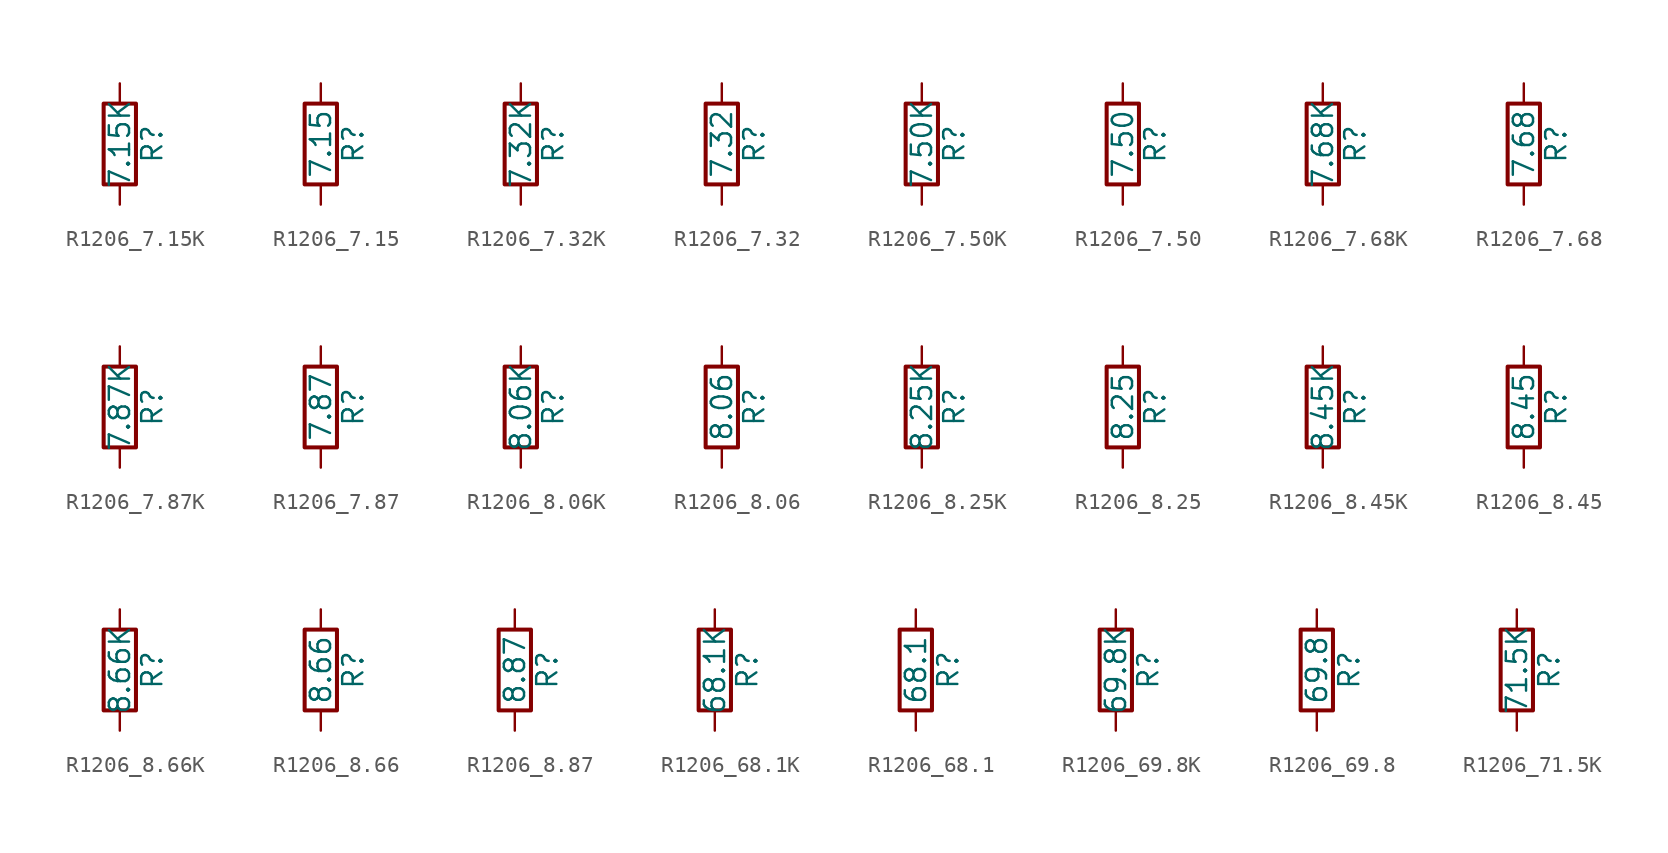
<source format=kicad_sym>
(kicad_symbol_lib
  (version 20211014)
  (generator atlantix-eda)
  (symbol "R1206_7.15K"
    (pin_numbers hide)
    (pin_names
      (offset 0))
    (property "Reference" "R"
      (at 2.032 0 90)
      (effects (font (size 1.27 1.27))))
    (property "Value" "7.15K"
      (at 0 0 90)
      (effects (font (size 1.27 1.27))))
    (symbol "R1206_7.15K_0_1"
      (rectangle (start -1.016 -2.54) (end 1.016 2.54) (stroke (width 0.254) (type default) (color 0 0 0 0)) (fill (type none))))
    (symbol "R1206_7.15K_1_1"
      (pin passive line (at 0 3.81 270) (length 1.27) (name "~" (effects (font (size 1.27 1.27)))) (number "1" (effects (font (size 1.27 1.27)))))
      (pin passive line (at 0 -3.81 90) (length 1.27) (name "~" (effects (font (size 1.27 1.27)))) (number "2" (effects (font (size 1.27 1.27)))))))
  (symbol "R1206_7.15"
    (pin_numbers hide)
    (pin_names
      (offset 0))
    (property "Reference" "R"
      (at 2.032 0 90)
      (effects (font (size 1.27 1.27))))
    (property "Value" "7.15"
      (at 0 0 90)
      (effects (font (size 1.27 1.27))))
    (symbol "R1206_7.15_0_1"
      (rectangle (start -1.016 -2.54) (end 1.016 2.54) (stroke (width 0.254) (type default) (color 0 0 0 0)) (fill (type none))))
    (symbol "R1206_7.15_1_1"
      (pin passive line (at 0 3.81 270) (length 1.27) (name "~" (effects (font (size 1.27 1.27)))) (number "1" (effects (font (size 1.27 1.27)))))
      (pin passive line (at 0 -3.81 90) (length 1.27) (name "~" (effects (font (size 1.27 1.27)))) (number "2" (effects (font (size 1.27 1.27)))))))
  (symbol "R1206_7.32K"
    (pin_numbers hide)
    (pin_names
      (offset 0))
    (property "Reference" "R"
      (at 2.032 0 90)
      (effects (font (size 1.27 1.27))))
    (property "Value" "7.32K"
      (at 0 0 90)
      (effects (font (size 1.27 1.27))))
    (symbol "R1206_7.32K_0_1"
      (rectangle (start -1.016 -2.54) (end 1.016 2.54) (stroke (width 0.254) (type default) (color 0 0 0 0)) (fill (type none))))
    (symbol "R1206_7.32K_1_1"
      (pin passive line (at 0 3.81 270) (length 1.27) (name "~" (effects (font (size 1.27 1.27)))) (number "1" (effects (font (size 1.27 1.27)))))
      (pin passive line (at 0 -3.81 90) (length 1.27) (name "~" (effects (font (size 1.27 1.27)))) (number "2" (effects (font (size 1.27 1.27)))))))
  (symbol "R1206_7.32"
    (pin_numbers hide)
    (pin_names
      (offset 0))
    (property "Reference" "R"
      (at 2.032 0 90)
      (effects (font (size 1.27 1.27))))
    (property "Value" "7.32"
      (at 0 0 90)
      (effects (font (size 1.27 1.27))))
    (symbol "R1206_7.32_0_1"
      (rectangle (start -1.016 -2.54) (end 1.016 2.54) (stroke (width 0.254) (type default) (color 0 0 0 0)) (fill (type none))))
    (symbol "R1206_7.32_1_1"
      (pin passive line (at 0 3.81 270) (length 1.27) (name "~" (effects (font (size 1.27 1.27)))) (number "1" (effects (font (size 1.27 1.27)))))
      (pin passive line (at 0 -3.81 90) (length 1.27) (name "~" (effects (font (size 1.27 1.27)))) (number "2" (effects (font (size 1.27 1.27)))))))
  (symbol "R1206_7.50K"
    (pin_numbers hide)
    (pin_names
      (offset 0))
    (property "Reference" "R"
      (at 2.032 0 90)
      (effects (font (size 1.27 1.27))))
    (property "Value" "7.50K"
      (at 0 0 90)
      (effects (font (size 1.27 1.27))))
    (symbol "R1206_7.50K_0_1"
      (rectangle (start -1.016 -2.54) (end 1.016 2.54) (stroke (width 0.254) (type default) (color 0 0 0 0)) (fill (type none))))
    (symbol "R1206_7.50K_1_1"
      (pin passive line (at 0 3.81 270) (length 1.27) (name "~" (effects (font (size 1.27 1.27)))) (number "1" (effects (font (size 1.27 1.27)))))
      (pin passive line (at 0 -3.81 90) (length 1.27) (name "~" (effects (font (size 1.27 1.27)))) (number "2" (effects (font (size 1.27 1.27)))))))
  (symbol "R1206_7.50"
    (pin_numbers hide)
    (pin_names
      (offset 0))
    (property "Reference" "R"
      (at 2.032 0 90)
      (effects (font (size 1.27 1.27))))
    (property "Value" "7.50"
      (at 0 0 90)
      (effects (font (size 1.27 1.27))))
    (symbol "R1206_7.50_0_1"
      (rectangle (start -1.016 -2.54) (end 1.016 2.54) (stroke (width 0.254) (type default) (color 0 0 0 0)) (fill (type none))))
    (symbol "R1206_7.50_1_1"
      (pin passive line (at 0 3.81 270) (length 1.27) (name "~" (effects (font (size 1.27 1.27)))) (number "1" (effects (font (size 1.27 1.27)))))
      (pin passive line (at 0 -3.81 90) (length 1.27) (name "~" (effects (font (size 1.27 1.27)))) (number "2" (effects (font (size 1.27 1.27)))))))
  (symbol "R1206_7.68K"
    (pin_numbers hide)
    (pin_names
      (offset 0))
    (property "Reference" "R"
      (at 2.032 0 90)
      (effects (font (size 1.27 1.27))))
    (property "Value" "7.68K"
      (at 0 0 90)
      (effects (font (size 1.27 1.27))))
    (symbol "R1206_7.68K_0_1"
      (rectangle (start -1.016 -2.54) (end 1.016 2.54) (stroke (width 0.254) (type default) (color 0 0 0 0)) (fill (type none))))
    (symbol "R1206_7.68K_1_1"
      (pin passive line (at 0 3.81 270) (length 1.27) (name "~" (effects (font (size 1.27 1.27)))) (number "1" (effects (font (size 1.27 1.27)))))
      (pin passive line (at 0 -3.81 90) (length 1.27) (name "~" (effects (font (size 1.27 1.27)))) (number "2" (effects (font (size 1.27 1.27)))))))
  (symbol "R1206_7.68"
    (pin_numbers hide)
    (pin_names
      (offset 0))
    (property "Reference" "R"
      (at 2.032 0 90)
      (effects (font (size 1.27 1.27))))
    (property "Value" "7.68"
      (at 0 0 90)
      (effects (font (size 1.27 1.27))))
    (symbol "R1206_7.68_0_1"
      (rectangle (start -1.016 -2.54) (end 1.016 2.54) (stroke (width 0.254) (type default) (color 0 0 0 0)) (fill (type none))))
    (symbol "R1206_7.68_1_1"
      (pin passive line (at 0 3.81 270) (length 1.27) (name "~" (effects (font (size 1.27 1.27)))) (number "1" (effects (font (size 1.27 1.27)))))
      (pin passive line (at 0 -3.81 90) (length 1.27) (name "~" (effects (font (size 1.27 1.27)))) (number "2" (effects (font (size 1.27 1.27)))))))
  (symbol "R1206_7.87K"
    (pin_numbers hide)
    (pin_names
      (offset 0))
    (property "Reference" "R"
      (at 2.032 0 90)
      (effects (font (size 1.27 1.27))))
    (property "Value" "7.87K"
      (at 0 0 90)
      (effects (font (size 1.27 1.27))))
    (symbol "R1206_7.87K_0_1"
      (rectangle (start -1.016 -2.54) (end 1.016 2.54) (stroke (width 0.254) (type default) (color 0 0 0 0)) (fill (type none))))
    (symbol "R1206_7.87K_1_1"
      (pin passive line (at 0 3.81 270) (length 1.27) (name "~" (effects (font (size 1.27 1.27)))) (number "1" (effects (font (size 1.27 1.27)))))
      (pin passive line (at 0 -3.81 90) (length 1.27) (name "~" (effects (font (size 1.27 1.27)))) (number "2" (effects (font (size 1.27 1.27)))))))
  (symbol "R1206_7.87"
    (pin_numbers hide)
    (pin_names
      (offset 0))
    (property "Reference" "R"
      (at 2.032 0 90)
      (effects (font (size 1.27 1.27))))
    (property "Value" "7.87"
      (at 0 0 90)
      (effects (font (size 1.27 1.27))))
    (symbol "R1206_7.87_0_1"
      (rectangle (start -1.016 -2.54) (end 1.016 2.54) (stroke (width 0.254) (type default) (color 0 0 0 0)) (fill (type none))))
    (symbol "R1206_7.87_1_1"
      (pin passive line (at 0 3.81 270) (length 1.27) (name "~" (effects (font (size 1.27 1.27)))) (number "1" (effects (font (size 1.27 1.27)))))
      (pin passive line (at 0 -3.81 90) (length 1.27) (name "~" (effects (font (size 1.27 1.27)))) (number "2" (effects (font (size 1.27 1.27)))))))
  (symbol "R1206_8.06K"
    (pin_numbers hide)
    (pin_names
      (offset 0))
    (property "Reference" "R"
      (at 2.032 0 90)
      (effects (font (size 1.27 1.27))))
    (property "Value" "8.06K"
      (at 0 0 90)
      (effects (font (size 1.27 1.27))))
    (symbol "R1206_8.06K_0_1"
      (rectangle (start -1.016 -2.54) (end 1.016 2.54) (stroke (width 0.254) (type default) (color 0 0 0 0)) (fill (type none))))
    (symbol "R1206_8.06K_1_1"
      (pin passive line (at 0 3.81 270) (length 1.27) (name "~" (effects (font (size 1.27 1.27)))) (number "1" (effects (font (size 1.27 1.27)))))
      (pin passive line (at 0 -3.81 90) (length 1.27) (name "~" (effects (font (size 1.27 1.27)))) (number "2" (effects (font (size 1.27 1.27)))))))
  (symbol "R1206_8.06"
    (pin_numbers hide)
    (pin_names
      (offset 0))
    (property "Reference" "R"
      (at 2.032 0 90)
      (effects (font (size 1.27 1.27))))
    (property "Value" "8.06"
      (at 0 0 90)
      (effects (font (size 1.27 1.27))))
    (symbol "R1206_8.06_0_1"
      (rectangle (start -1.016 -2.54) (end 1.016 2.54) (stroke (width 0.254) (type default) (color 0 0 0 0)) (fill (type none))))
    (symbol "R1206_8.06_1_1"
      (pin passive line (at 0 3.81 270) (length 1.27) (name "~" (effects (font (size 1.27 1.27)))) (number "1" (effects (font (size 1.27 1.27)))))
      (pin passive line (at 0 -3.81 90) (length 1.27) (name "~" (effects (font (size 1.27 1.27)))) (number "2" (effects (font (size 1.27 1.27)))))))
  (symbol "R1206_8.25K"
    (pin_numbers hide)
    (pin_names
      (offset 0))
    (property "Reference" "R"
      (at 2.032 0 90)
      (effects (font (size 1.27 1.27))))
    (property "Value" "8.25K"
      (at 0 0 90)
      (effects (font (size 1.27 1.27))))
    (symbol "R1206_8.25K_0_1"
      (rectangle (start -1.016 -2.54) (end 1.016 2.54) (stroke (width 0.254) (type default) (color 0 0 0 0)) (fill (type none))))
    (symbol "R1206_8.25K_1_1"
      (pin passive line (at 0 3.81 270) (length 1.27) (name "~" (effects (font (size 1.27 1.27)))) (number "1" (effects (font (size 1.27 1.27)))))
      (pin passive line (at 0 -3.81 90) (length 1.27) (name "~" (effects (font (size 1.27 1.27)))) (number "2" (effects (font (size 1.27 1.27)))))))
  (symbol "R1206_8.25"
    (pin_numbers hide)
    (pin_names
      (offset 0))
    (property "Reference" "R"
      (at 2.032 0 90)
      (effects (font (size 1.27 1.27))))
    (property "Value" "8.25"
      (at 0 0 90)
      (effects (font (size 1.27 1.27))))
    (symbol "R1206_8.25_0_1"
      (rectangle (start -1.016 -2.54) (end 1.016 2.54) (stroke (width 0.254) (type default) (color 0 0 0 0)) (fill (type none))))
    (symbol "R1206_8.25_1_1"
      (pin passive line (at 0 3.81 270) (length 1.27) (name "~" (effects (font (size 1.27 1.27)))) (number "1" (effects (font (size 1.27 1.27)))))
      (pin passive line (at 0 -3.81 90) (length 1.27) (name "~" (effects (font (size 1.27 1.27)))) (number "2" (effects (font (size 1.27 1.27)))))))
  (symbol "R1206_8.45K"
    (pin_numbers hide)
    (pin_names
      (offset 0))
    (property "Reference" "R"
      (at 2.032 0 90)
      (effects (font (size 1.27 1.27))))
    (property "Value" "8.45K"
      (at 0 0 90)
      (effects (font (size 1.27 1.27))))
    (symbol "R1206_8.45K_0_1"
      (rectangle (start -1.016 -2.54) (end 1.016 2.54) (stroke (width 0.254) (type default) (color 0 0 0 0)) (fill (type none))))
    (symbol "R1206_8.45K_1_1"
      (pin passive line (at 0 3.81 270) (length 1.27) (name "~" (effects (font (size 1.27 1.27)))) (number "1" (effects (font (size 1.27 1.27)))))
      (pin passive line (at 0 -3.81 90) (length 1.27) (name "~" (effects (font (size 1.27 1.27)))) (number "2" (effects (font (size 1.27 1.27)))))))
  (symbol "R1206_8.45"
    (pin_numbers hide)
    (pin_names
      (offset 0))
    (property "Reference" "R"
      (at 2.032 0 90)
      (effects (font (size 1.27 1.27))))
    (property "Value" "8.45"
      (at 0 0 90)
      (effects (font (size 1.27 1.27))))
    (symbol "R1206_8.45_0_1"
      (rectangle (start -1.016 -2.54) (end 1.016 2.54) (stroke (width 0.254) (type default) (color 0 0 0 0)) (fill (type none))))
    (symbol "R1206_8.45_1_1"
      (pin passive line (at 0 3.81 270) (length 1.27) (name "~" (effects (font (size 1.27 1.27)))) (number "1" (effects (font (size 1.27 1.27)))))
      (pin passive line (at 0 -3.81 90) (length 1.27) (name "~" (effects (font (size 1.27 1.27)))) (number "2" (effects (font (size 1.27 1.27)))))))
  (symbol "R1206_8.66K"
    (pin_numbers hide)
    (pin_names
      (offset 0))
    (property "Reference" "R"
      (at 2.032 0 90)
      (effects (font (size 1.27 1.27))))
    (property "Value" "8.66K"
      (at 0 0 90)
      (effects (font (size 1.27 1.27))))
    (symbol "R1206_8.66K_0_1"
      (rectangle (start -1.016 -2.54) (end 1.016 2.54) (stroke (width 0.254) (type default) (color 0 0 0 0)) (fill (type none))))
    (symbol "R1206_8.66K_1_1"
      (pin passive line (at 0 3.81 270) (length 1.27) (name "~" (effects (font (size 1.27 1.27)))) (number "1" (effects (font (size 1.27 1.27)))))
      (pin passive line (at 0 -3.81 90) (length 1.27) (name "~" (effects (font (size 1.27 1.27)))) (number "2" (effects (font (size 1.27 1.27)))))))
  (symbol "R1206_8.66"
    (pin_numbers hide)
    (pin_names
      (offset 0))
    (property "Reference" "R"
      (at 2.032 0 90)
      (effects (font (size 1.27 1.27))))
    (property "Value" "8.66"
      (at 0 0 90)
      (effects (font (size 1.27 1.27))))
    (symbol "R1206_8.66_0_1"
      (rectangle (start -1.016 -2.54) (end 1.016 2.54) (stroke (width 0.254) (type default) (color 0 0 0 0)) (fill (type none))))
    (symbol "R1206_8.66_1_1"
      (pin passive line (at 0 3.81 270) (length 1.27) (name "~" (effects (font (size 1.27 1.27)))) (number "1" (effects (font (size 1.27 1.27)))))
      (pin passive line (at 0 -3.81 90) (length 1.27) (name "~" (effects (font (size 1.27 1.27)))) (number "2" (effects (font (size 1.27 1.27)))))))
  (symbol "R1206_8.87"
    (pin_numbers hide)
    (pin_names
      (offset 0))
    (property "Reference" "R"
      (at 2.032 0 90)
      (effects (font (size 1.27 1.27))))
    (property "Value" "8.87"
      (at 0 0 90)
      (effects (font (size 1.27 1.27))))
    (symbol "R1206_8.87_0_1"
      (rectangle (start -1.016 -2.54) (end 1.016 2.54) (stroke (width 0.254) (type default) (color 0 0 0 0)) (fill (type none))))
    (symbol "R1206_8.87_1_1"
      (pin passive line (at 0 3.81 270) (length 1.27) (name "~" (effects (font (size 1.27 1.27)))) (number "1" (effects (font (size 1.27 1.27)))))
      (pin passive line (at 0 -3.81 90) (length 1.27) (name "~" (effects (font (size 1.27 1.27)))) (number "2" (effects (font (size 1.27 1.27)))))))
  (symbol "R1206_68.1K"
    (pin_numbers hide)
    (pin_names
      (offset 0))
    (property "Reference" "R"
      (at 2.032 0 90)
      (effects (font (size 1.27 1.27))))
    (property "Value" "68.1K"
      (at 0 0 90)
      (effects (font (size 1.27 1.27))))
    (symbol "R1206_68.1K_0_1"
      (rectangle (start -1.016 -2.54) (end 1.016 2.54) (stroke (width 0.254) (type default) (color 0 0 0 0)) (fill (type none))))
    (symbol "R1206_68.1K_1_1"
      (pin passive line (at 0 3.81 270) (length 1.27) (name "~" (effects (font (size 1.27 1.27)))) (number "1" (effects (font (size 1.27 1.27)))))
      (pin passive line (at 0 -3.81 90) (length 1.27) (name "~" (effects (font (size 1.27 1.27)))) (number "2" (effects (font (size 1.27 1.27)))))))
  (symbol "R1206_68.1"
    (pin_numbers hide)
    (pin_names
      (offset 0))
    (property "Reference" "R"
      (at 2.032 0 90)
      (effects (font (size 1.27 1.27))))
    (property "Value" "68.1"
      (at 0 0 90)
      (effects (font (size 1.27 1.27))))
    (symbol "R1206_68.1_0_1"
      (rectangle (start -1.016 -2.54) (end 1.016 2.54) (stroke (width 0.254) (type default) (color 0 0 0 0)) (fill (type none))))
    (symbol "R1206_68.1_1_1"
      (pin passive line (at 0 3.81 270) (length 1.27) (name "~" (effects (font (size 1.27 1.27)))) (number "1" (effects (font (size 1.27 1.27)))))
      (pin passive line (at 0 -3.81 90) (length 1.27) (name "~" (effects (font (size 1.27 1.27)))) (number "2" (effects (font (size 1.27 1.27)))))))
  (symbol "R1206_69.8K"
    (pin_numbers hide)
    (pin_names
      (offset 0))
    (property "Reference" "R"
      (at 2.032 0 90)
      (effects (font (size 1.27 1.27))))
    (property "Value" "69.8K"
      (at 0 0 90)
      (effects (font (size 1.27 1.27))))
    (symbol "R1206_69.8K_0_1"
      (rectangle (start -1.016 -2.54) (end 1.016 2.54) (stroke (width 0.254) (type default) (color 0 0 0 0)) (fill (type none))))
    (symbol "R1206_69.8K_1_1"
      (pin passive line (at 0 3.81 270) (length 1.27) (name "~" (effects (font (size 1.27 1.27)))) (number "1" (effects (font (size 1.27 1.27)))))
      (pin passive line (at 0 -3.81 90) (length 1.27) (name "~" (effects (font (size 1.27 1.27)))) (number "2" (effects (font (size 1.27 1.27)))))))
  (symbol "R1206_69.8"
    (pin_numbers hide)
    (pin_names
      (offset 0))
    (property "Reference" "R"
      (at 2.032 0 90)
      (effects (font (size 1.27 1.27))))
    (property "Value" "69.8"
      (at 0 0 90)
      (effects (font (size 1.27 1.27))))
    (symbol "R1206_69.8_0_1"
      (rectangle (start -1.016 -2.54) (end 1.016 2.54) (stroke (width 0.254) (type default) (color 0 0 0 0)) (fill (type none))))
    (symbol "R1206_69.8_1_1"
      (pin passive line (at 0 3.81 270) (length 1.27) (name "~" (effects (font (size 1.27 1.27)))) (number "1" (effects (font (size 1.27 1.27)))))
      (pin passive line (at 0 -3.81 90) (length 1.27) (name "~" (effects (font (size 1.27 1.27)))) (number "2" (effects (font (size 1.27 1.27)))))))
  (symbol "R1206_71.5K"
    (pin_numbers hide)
    (pin_names
      (offset 0))
    (property "Reference" "R"
      (at 2.032 0 90)
      (effects (font (size 1.27 1.27))))
    (property "Value" "71.5K"
      (at 0 0 90)
      (effects (font (size 1.27 1.27))))
    (symbol "R1206_71.5K_0_1"
      (rectangle (start -1.016 -2.54) (end 1.016 2.54) (stroke (width 0.254) (type default) (color 0 0 0 0)) (fill (type none))))
    (symbol "R1206_71.5K_1_1"
      (pin passive line (at 0 3.81 270) (length 1.27) (name "~" (effects (font (size 1.27 1.27)))) (number "1" (effects (font (size 1.27 1.27)))))
      (pin passive line (at 0 -3.81 90) (length 1.27) (name "~" (effects (font (size 1.27 1.27)))) (number "2" (effects (font (size 1.27 1.27))))))))
</source>
